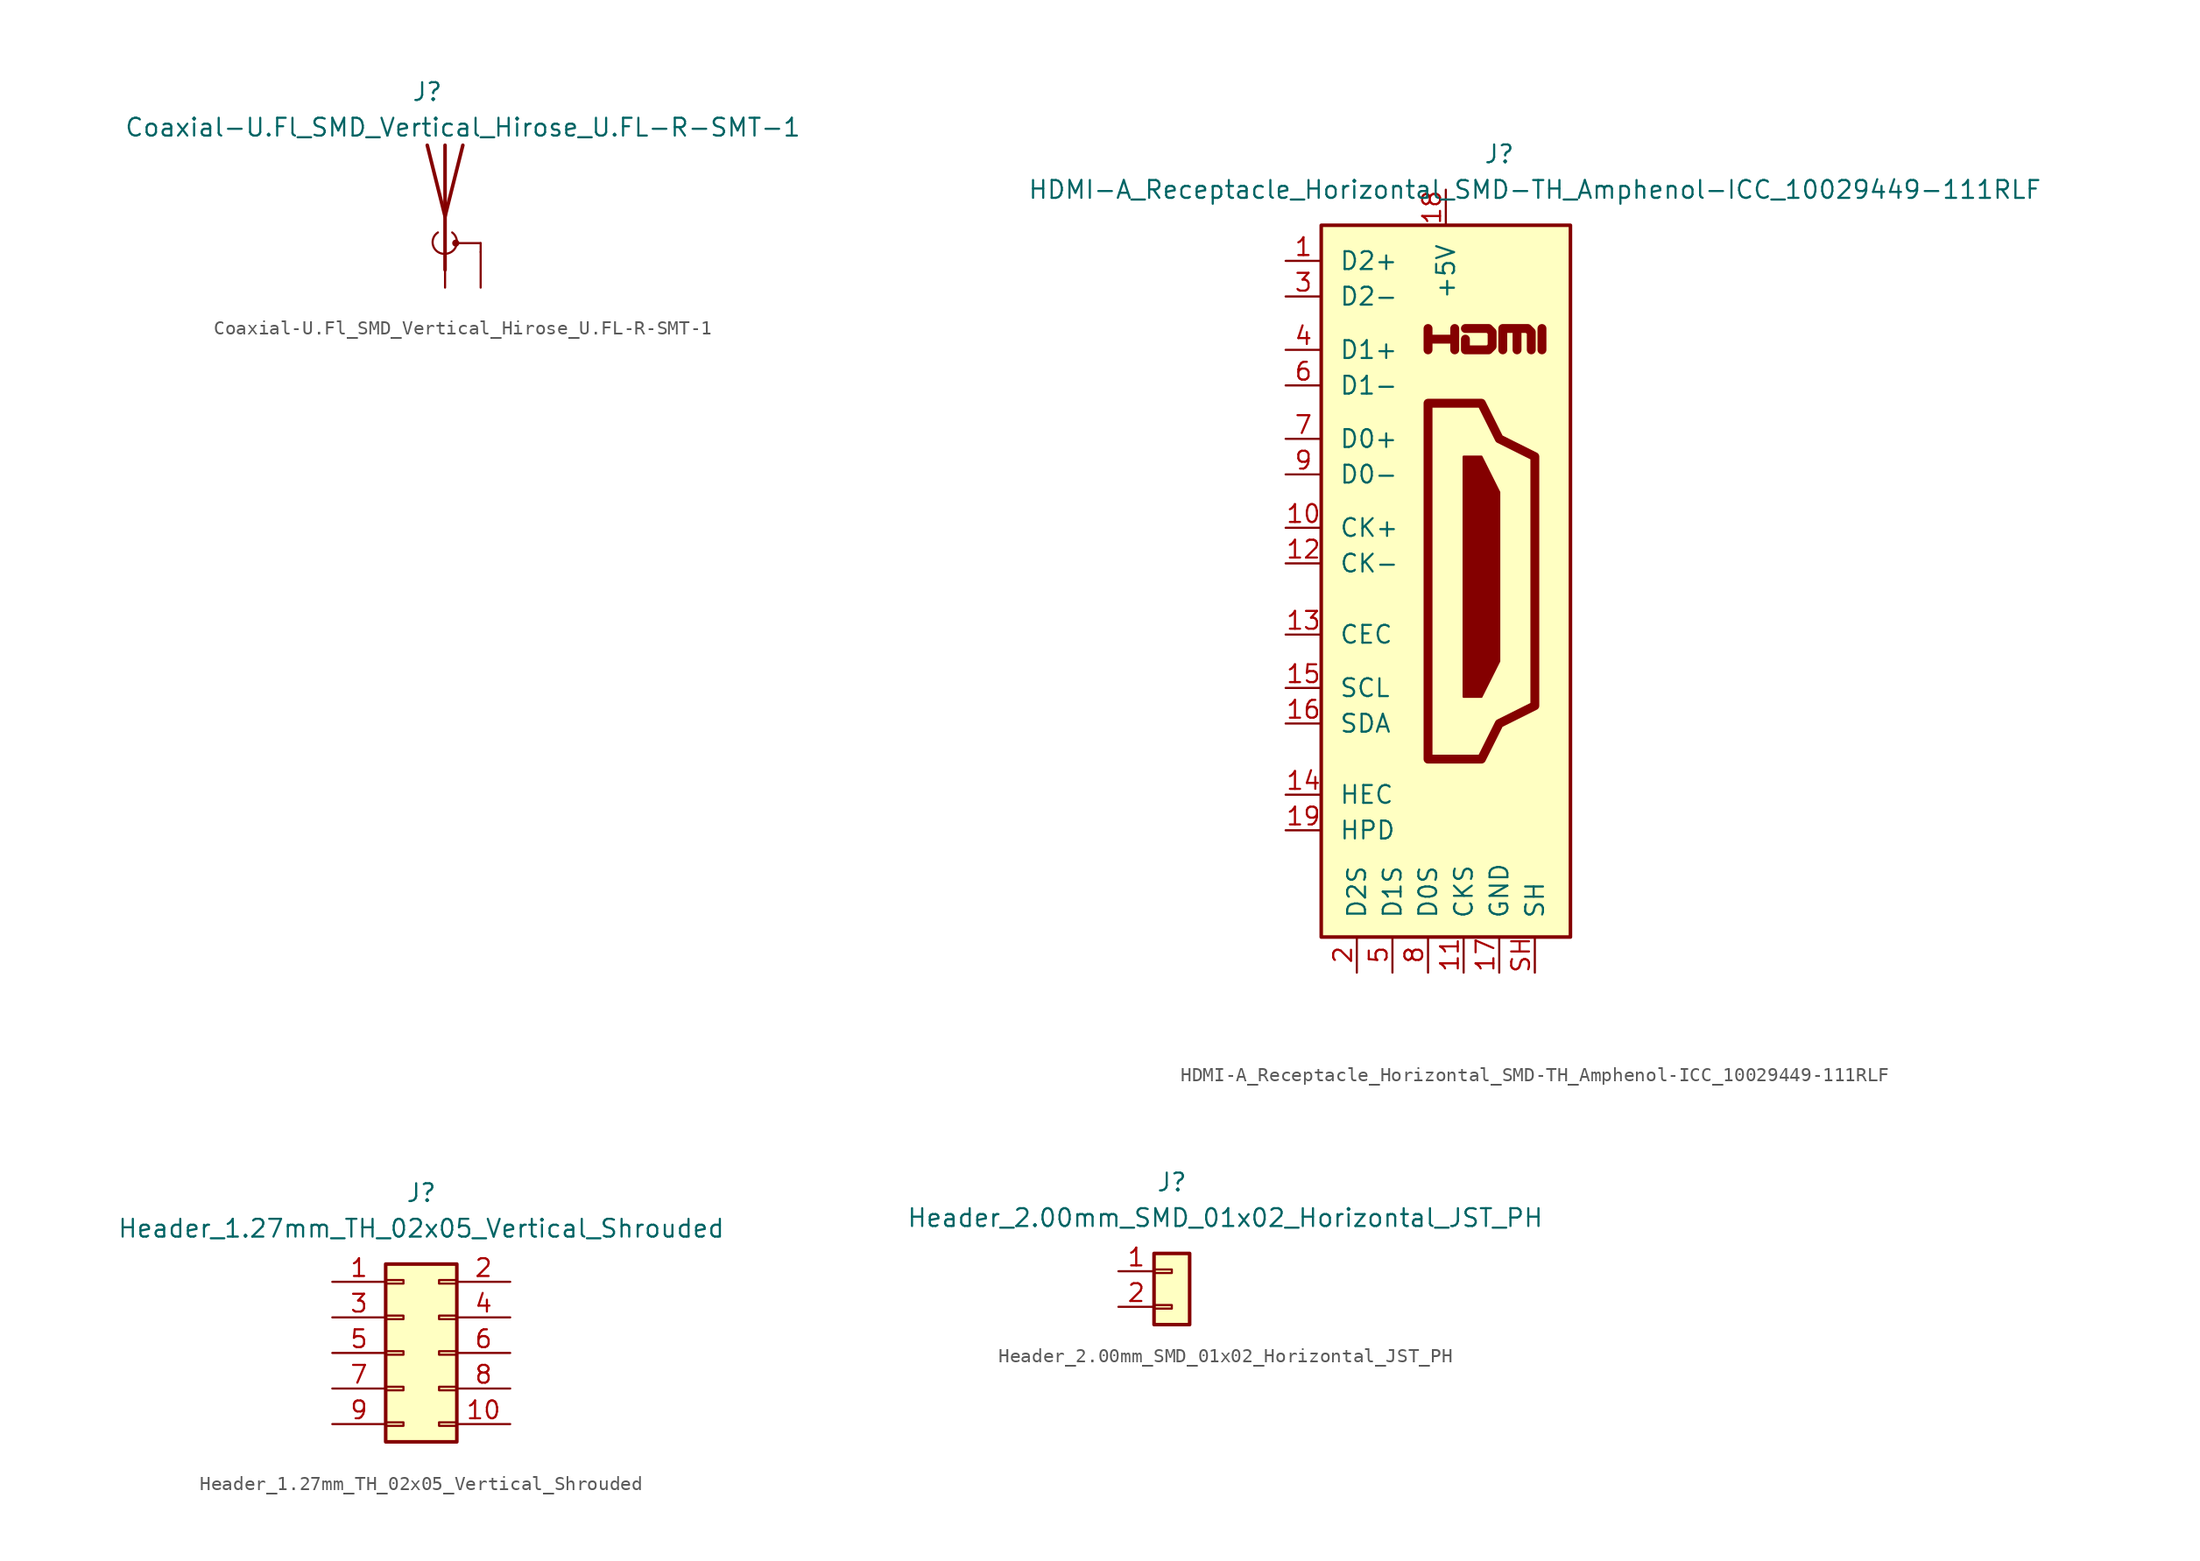
<source format=kicad_sym>
(kicad_symbol_lib
  (version 20211014)
  (generator kicad_symbol_editor)
  (symbol "Coaxial-U.Fl_SMD_Vertical_Hirose_U.FL-R-SMT-1"
    (pin_numbers hide)
    (pin_names
      (offset 1.27) hide)
    (property "Reference" "J"
      (at -1.27 8.89 0)
      (effects (font (size 1.27 1.27))))
    (property "Value" "Coaxial-U.Fl_SMD_Vertical_Hirose_U.FL-R-SMT-1"
      (at 1.27 6.35 0)
      (effects (font (size 1.27 1.27))))
    (symbol "Coaxial-U.Fl_SMD_Vertical_Hirose_U.FL-R-SMT-1_1_1"
      (arc (start -0.508 -1.143) (mid -0.8429 -2.1194) (end 0 -2.667) (stroke (width 0) (type default) (color 0 0 0 0)) (fill (type none)))
      (arc (start 0 -2.667) (mid 0.7989 -2.1052) (end 0.508 -1.143) (stroke (width 0) (type default) (color 0 0 0 0)) (fill (type none)))
      (polyline (pts (xy 0 -2.54) (xy 0 0)) (stroke (width 0) (type default) (color 0 0 0 0)) (fill (type none)))
      (polyline (pts (xy 0 5.08) (xy 0 -3.81)) (stroke (width 0.254) (type default) (color 0 0 0 0)) (fill (type none)))
      (polyline (pts (xy 0.762 -1.905) (xy 2.54 -1.905)) (stroke (width 0) (type default) (color 0 0 0 0)) (fill (type none)))
      (polyline (pts (xy 2.54 -2.54) (xy 2.54 -1.905)) (stroke (width 0) (type default) (color 0 0 0 0)) (fill (type none)))
      (polyline (pts (xy 1.27 5.08) (xy 0 0) (xy -1.27 5.08)) (stroke (width 0.254) (type default) (color 0 0 0 0)) (fill (type none)))
      (circle (center 0.762 -1.905) (radius 0.178) (stroke (width 0) (type default) (color 0 0 0 0)) (fill (type outline)))
      (pin input line (at 0 -5.08 90) (length 2.54) (name "A" (effects (font (size 1.27 1.27)))) (number "1" (effects (font (size 1.27 1.27)))))
      (pin input line (at 2.54 -5.08 90) (length 2.54) (name "Shield" (effects (font (size 1.27 1.27)))) (number "2" (effects (font (size 1.27 1.27)))))))
  (symbol "HDMI-A_Receptacle_Horizontal_SMD-TH_Amphenol-ICC_10029449-111RLF"
    (pin_names
      (offset 1.27))
    (property "Reference" "J"
      (at 3.81 30.48 0)
      (effects (font (size 1.27 1.27))))
    (property "Value" "HDMI-A_Receptacle_Horizontal_SMD-TH_Amphenol-ICC_10029449-111RLF"
      (at 6.35 27.94 0)
      (effects (font (size 1.27 1.27))))
    (symbol "HDMI-A_Receptacle_Horizontal_SMD-TH_Amphenol-ICC_10029449-111RLF_1_1"
      (rectangle (start -8.89 25.4) (end 8.89 -25.4) (stroke (width 0.254) (type default) (color 0 0 0 0)) (fill (type background)))
      (polyline (pts (xy 6.858 16.51) (xy 6.858 18.034)) (stroke (width 0.635) (type default) (color 0 0 0 0)) (fill (type none)))
      (polyline (pts (xy -1.27 16.51) (xy -1.27 18.034) (xy -1.27 17.272) (xy 0.635 17.272) (xy 0.635 18.034) (xy 0.635 16.51)) (stroke (width 0.635) (type default) (color 0 0 0 0)) (fill (type none)))
      (polyline (pts (xy 1.27 8.89) (xy 2.54 8.89) (xy 3.81 6.35) (xy 3.81 -5.715) (xy 2.54 -8.255) (xy 1.27 -8.255) (xy 1.27 8.89)) (stroke (width 0) (type default) (color 0 0 0 0)) (fill (type outline)))
      (polyline (pts (xy 1.397 18.034) (xy 3.048 18.034) (xy 3.302 17.78) (xy 3.302 16.764) (xy 3.048 16.51) (xy 1.397 16.51) (xy 1.397 17.272)) (stroke (width 0.635) (type default) (color 0 0 0 0)) (fill (type none)))
      (polyline (pts (xy 4.064 16.51) (xy 4.064 18.034) (xy 5.08 18.034) (xy 5.08 16.51) (xy 5.08 18.034) (xy 5.842 18.034) (xy 6.096 17.78) (xy 6.096 16.51)) (stroke (width 0.635) (type default) (color 0 0 0 0)) (fill (type none)))
      (polyline (pts (xy -1.27 12.7) (xy -1.27 -12.7) (xy 2.54 -12.7) (xy 3.81 -10.16) (xy 6.35 -8.89) (xy 6.35 8.89) (xy 3.81 10.16) (xy 2.54 12.7) (xy -1.27 12.7)) (stroke (width 0.635) (type default) (color 0 0 0 0)) (fill (type none)))
      (pin input line (at -11.43 22.86 0) (length 2.54) (name "D2+" (effects (font (size 1.27 1.27)))) (number "1" (effects (font (size 1.27 1.27)))))
      (pin input line (at -11.43 3.81 0) (length 2.54) (name "CK+" (effects (font (size 1.27 1.27)))) (number "10" (effects (font (size 1.27 1.27)))))
      (pin power_in line (at 1.27 -27.94 90) (length 2.54) (name "CKS" (effects (font (size 1.27 1.27)))) (number "11" (effects (font (size 1.27 1.27)))))
      (pin input line (at -11.43 1.27 0) (length 2.54) (name "CK-" (effects (font (size 1.27 1.27)))) (number "12" (effects (font (size 1.27 1.27)))))
      (pin bidirectional line (at -11.43 -3.81 0) (length 2.54) (name "CEC" (effects (font (size 1.27 1.27)))) (number "13" (effects (font (size 1.27 1.27)))))
      (pin bidirectional line (at -11.43 -15.24 0) (length 2.54) (name "HEC" (effects (font (size 1.27 1.27)))) (number "14" (effects (font (size 1.27 1.27)))))
      (pin input line (at -11.43 -7.62 0) (length 2.54) (name "SCL" (effects (font (size 1.27 1.27)))) (number "15" (effects (font (size 1.27 1.27)))))
      (pin bidirectional line (at -11.43 -10.16 0) (length 2.54) (name "SDA" (effects (font (size 1.27 1.27)))) (number "16" (effects (font (size 1.27 1.27)))))
      (pin power_in line (at 3.81 -27.94 90) (length 2.54) (name "GND" (effects (font (size 1.27 1.27)))) (number "17" (effects (font (size 1.27 1.27)))))
      (pin power_in line (at 0 27.94 270) (length 2.54) (name "+5V" (effects (font (size 1.27 1.27)))) (number "18" (effects (font (size 1.27 1.27)))))
      (pin output line (at -11.43 -17.78 0) (length 2.54) (name "HPD" (effects (font (size 1.27 1.27)))) (number "19" (effects (font (size 1.27 1.27)))))
      (pin power_in line (at -6.35 -27.94 90) (length 2.54) (name "D2S" (effects (font (size 1.27 1.27)))) (number "2" (effects (font (size 1.27 1.27)))))
      (pin input line (at -11.43 20.32 0) (length 2.54) (name "D2-" (effects (font (size 1.27 1.27)))) (number "3" (effects (font (size 1.27 1.27)))))
      (pin input line (at -11.43 16.51 0) (length 2.54) (name "D1+" (effects (font (size 1.27 1.27)))) (number "4" (effects (font (size 1.27 1.27)))))
      (pin power_in line (at -3.81 -27.94 90) (length 2.54) (name "D1S" (effects (font (size 1.27 1.27)))) (number "5" (effects (font (size 1.27 1.27)))))
      (pin input line (at -11.43 13.97 0) (length 2.54) (name "D1-" (effects (font (size 1.27 1.27)))) (number "6" (effects (font (size 1.27 1.27)))))
      (pin input line (at -11.43 10.16 0) (length 2.54) (name "D0+" (effects (font (size 1.27 1.27)))) (number "7" (effects (font (size 1.27 1.27)))))
      (pin power_in line (at -1.27 -27.94 90) (length 2.54) (name "D0S" (effects (font (size 1.27 1.27)))) (number "8" (effects (font (size 1.27 1.27)))))
      (pin input line (at -11.43 7.62 0) (length 2.54) (name "D0-" (effects (font (size 1.27 1.27)))) (number "9" (effects (font (size 1.27 1.27)))))
      (pin passive line (at 6.35 -27.94 90) (length 2.54) (name "SH" (effects (font (size 1.27 1.27)))) (number "SH" (effects (font (size 1.27 1.27)))))))
  (symbol "Header_1.27mm_TH_02x05_Vertical_Shrouded"
    (pin_names
      (offset 1.27) hide)
    (property "Reference" "J"
      (at 0 11.43 0)
      (effects (font (size 1.27 1.27))))
    (property "Value" "Header_1.27mm_TH_02x05_Vertical_Shrouded"
      (at 0 8.89 0)
      (effects (font (size 1.27 1.27))))
    (symbol "Header_1.27mm_TH_02x05_Vertical_Shrouded_1_1"
      (rectangle (start -2.54 -4.953) (end -1.27 -5.207) (stroke (width 0.152) (type default) (color 0 0 0 0)) (fill (type none)))
      (rectangle (start -2.54 -2.413) (end -1.27 -2.667) (stroke (width 0.152) (type default) (color 0 0 0 0)) (fill (type none)))
      (rectangle (start -2.54 0.127) (end -1.27 -0.127) (stroke (width 0.152) (type default) (color 0 0 0 0)) (fill (type none)))
      (rectangle (start -2.54 2.667) (end -1.27 2.413) (stroke (width 0.152) (type default) (color 0 0 0 0)) (fill (type none)))
      (rectangle (start -2.54 5.207) (end -1.27 4.953) (stroke (width 0.152) (type default) (color 0 0 0 0)) (fill (type none)))
      (rectangle (start -2.54 6.35) (end 2.54 -6.35) (stroke (width 0.254) (type default) (color 0 0 0 0)) (fill (type background)))
      (rectangle (start 2.54 -4.953) (end 1.27 -5.207) (stroke (width 0.152) (type default) (color 0 0 0 0)) (fill (type none)))
      (rectangle (start 2.54 -2.413) (end 1.27 -2.667) (stroke (width 0.152) (type default) (color 0 0 0 0)) (fill (type none)))
      (rectangle (start 2.54 0.127) (end 1.27 -0.127) (stroke (width 0.152) (type default) (color 0 0 0 0)) (fill (type none)))
      (rectangle (start 2.54 2.667) (end 1.27 2.413) (stroke (width 0.152) (type default) (color 0 0 0 0)) (fill (type none)))
      (rectangle (start 2.54 5.207) (end 1.27 4.953) (stroke (width 0.152) (type default) (color 0 0 0 0)) (fill (type none)))
      (pin passive line (at -6.35 5.08 0) (length 3.81) (name "Pin_1" (effects (font (size 1.27 1.27)))) (number "1" (effects (font (size 1.27 1.27)))))
      (pin passive line (at 6.35 -5.08 180) (length 3.81) (name "Pin_10" (effects (font (size 1.27 1.27)))) (number "10" (effects (font (size 1.27 1.27)))))
      (pin passive line (at 6.35 5.08 180) (length 3.81) (name "Pin_2" (effects (font (size 1.27 1.27)))) (number "2" (effects (font (size 1.27 1.27)))))
      (pin passive line (at -6.35 2.54 0) (length 3.81) (name "Pin_3" (effects (font (size 1.27 1.27)))) (number "3" (effects (font (size 1.27 1.27)))))
      (pin passive line (at 6.35 2.54 180) (length 3.81) (name "Pin_4" (effects (font (size 1.27 1.27)))) (number "4" (effects (font (size 1.27 1.27)))))
      (pin passive line (at -6.35 0 0) (length 3.81) (name "Pin_5" (effects (font (size 1.27 1.27)))) (number "5" (effects (font (size 1.27 1.27)))))
      (pin passive line (at 6.35 0 180) (length 3.81) (name "Pin_6" (effects (font (size 1.27 1.27)))) (number "6" (effects (font (size 1.27 1.27)))))
      (pin passive line (at -6.35 -2.54 0) (length 3.81) (name "Pin_7" (effects (font (size 1.27 1.27)))) (number "7" (effects (font (size 1.27 1.27)))))
      (pin passive line (at 6.35 -2.54 180) (length 3.81) (name "Pin_8" (effects (font (size 1.27 1.27)))) (number "8" (effects (font (size 1.27 1.27)))))
      (pin passive line (at -6.35 -5.08 0) (length 3.81) (name "Pin_9" (effects (font (size 1.27 1.27)))) (number "9" (effects (font (size 1.27 1.27)))))))
  (symbol "Header_2.00mm_SMD_01x02_Horizontal_JST_PH"
    (pin_names
      (offset 1.27) hide)
    (property "Reference" "J"
      (at 0 7.62 0)
      (effects (font (size 1.27 1.27))))
    (property "Value" "Header_2.00mm_SMD_01x02_Horizontal_JST_PH"
      (at 3.81 5.08 0)
      (effects (font (size 1.27 1.27))))
    (symbol "Header_2.00mm_SMD_01x02_Horizontal_JST_PH_1_1"
      (rectangle (start -1.27 -1.143) (end 0 -1.397) (stroke (width 0.152) (type default) (color 0 0 0 0)) (fill (type none)))
      (rectangle (start -1.27 1.397) (end 0 1.143) (stroke (width 0.152) (type default) (color 0 0 0 0)) (fill (type none)))
      (rectangle (start -1.27 2.54) (end 1.27 -2.54) (stroke (width 0.254) (type default) (color 0 0 0 0)) (fill (type background)))
      (pin passive line (at -3.81 1.27 0) (length 2.54) (name "Pin_1" (effects (font (size 1.27 1.27)))) (number "1" (effects (font (size 1.27 1.27)))))
      (pin passive line (at -3.81 -1.27 0) (length 2.54) (name "Pin_2" (effects (font (size 1.27 1.27)))) (number "2" (effects (font (size 1.27 1.27))))))))
</source>
